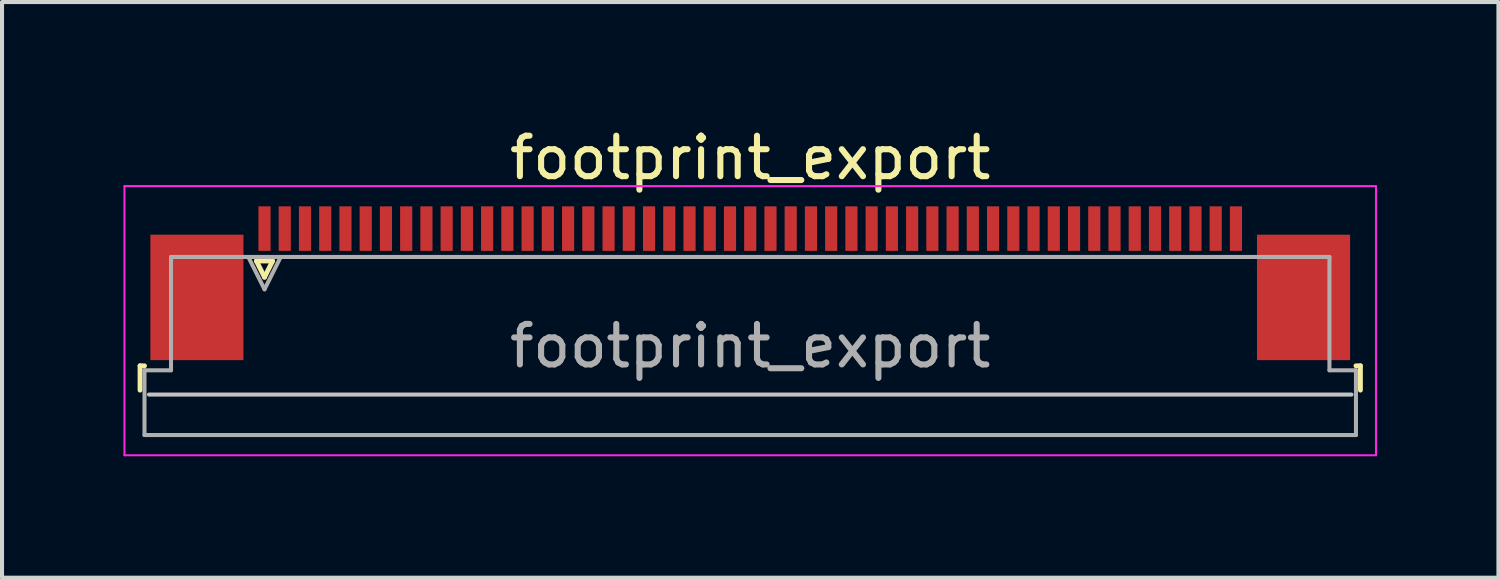
<source format=kicad_pcb>
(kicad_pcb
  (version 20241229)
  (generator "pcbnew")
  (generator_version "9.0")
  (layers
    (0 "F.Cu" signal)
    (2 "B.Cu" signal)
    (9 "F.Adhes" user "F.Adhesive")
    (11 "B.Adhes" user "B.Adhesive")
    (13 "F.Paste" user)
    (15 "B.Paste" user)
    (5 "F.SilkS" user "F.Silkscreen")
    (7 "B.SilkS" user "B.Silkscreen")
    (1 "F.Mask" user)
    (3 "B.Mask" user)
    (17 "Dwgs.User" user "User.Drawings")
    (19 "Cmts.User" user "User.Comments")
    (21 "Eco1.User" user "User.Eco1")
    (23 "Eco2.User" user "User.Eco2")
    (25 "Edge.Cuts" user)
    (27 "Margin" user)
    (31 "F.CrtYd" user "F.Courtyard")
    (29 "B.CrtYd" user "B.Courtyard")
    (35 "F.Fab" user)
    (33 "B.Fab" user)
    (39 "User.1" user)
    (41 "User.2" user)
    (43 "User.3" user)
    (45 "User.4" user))
  (footprint "footprint_export"
    (layer "F.Cu")
    (at 15.485 3.948)
    (property "Reference" "footprint_export" (at 0 -3.1 0) (layer "F.SilkS") (effects (font (size 1 1) (thickness 0.15))))
    (attr smd)
    (fp_line (start -15.075 2.04) (end -15.075 2.64) (stroke (width 0.12) (type solid)) (layer "F.SilkS"))
    (fp_line (start -14.965 2.04) (end -15.075 2.04) (stroke (width 0.12) (type solid)) (layer "F.SilkS"))
    (fp_line (start -12.2 -0.55) (end -12 -0.15) (stroke (width 0.12) (type solid)) (layer "F.SilkS"))
    (fp_line (start -12 -0.15) (end -11.8 -0.55) (stroke (width 0.12) (type solid)) (layer "F.SilkS"))
    (fp_line (start -11.8 -0.55) (end -12.2 -0.55) (stroke (width 0.12) (type solid)) (layer "F.SilkS"))
    (fp_line (start 14.965 2.04) (end 15.075 2.04) (stroke (width 0.12) (type solid)) (layer "F.SilkS"))
    (fp_line (start 15.075 2.04) (end 15.075 2.64) (stroke (width 0.12) (type solid)) (layer "F.SilkS"))
    (fp_line (start 14.855 2.75) (end -14.855 2.75) (stroke (width 0.1) (type solid)) (layer "Dwgs.User"))
    (fp_line (start -15.46 -2.4) (end -15.46 4.25) (stroke (width 0.05) (type solid)) (layer "F.CrtYd"))
    (fp_line (start -15.46 4.25) (end 15.46 4.25) (stroke (width 0.05) (type solid)) (layer "F.CrtYd"))
    (fp_line (start 15.46 -2.4) (end -15.46 -2.4) (stroke (width 0.05) (type solid)) (layer "F.CrtYd"))
    (fp_line (start 15.46 4.25) (end 15.46 -2.4) (stroke (width 0.05) (type solid)) (layer "F.CrtYd"))
    (fp_line (start -14.965 2.15) (end -14.31 2.15) (stroke (width 0.1) (type solid)) (layer "F.Fab"))
    (fp_line (start -14.965 3.75) (end -14.965 2.15) (stroke (width 0.1) (type solid)) (layer "F.Fab"))
    (fp_line (start -14.31 -0.65) (end 14.31 -0.65) (stroke (width 0.1) (type solid)) (layer "F.Fab"))
    (fp_line (start -14.31 2.15) (end -14.31 -0.65) (stroke (width 0.1) (type solid)) (layer "F.Fab"))
    (fp_line (start -12.4 -0.65) (end -12 0.15) (stroke (width 0.1) (type solid)) (layer "F.Fab"))
    (fp_line (start -12 0.15) (end -11.6 -0.65) (stroke (width 0.1) (type solid)) (layer "F.Fab"))
    (fp_line (start 14.31 -0.65) (end 14.31 2.15) (stroke (width 0.1) (type solid)) (layer "F.Fab"))
    (fp_line (start 14.31 2.15) (end 14.965 2.15) (stroke (width 0.1) (type solid)) (layer "F.Fab"))
    (fp_line (start 14.965 2.15) (end 14.965 3.75) (stroke (width 0.1) (type solid)) (layer "F.Fab"))
    (fp_line (start 14.965 3.75) (end -14.965 3.75) (stroke (width 0.1) (type solid)) (layer "F.Fab"))
    (fp_text user "${REFERENCE}" (at 0 1.55 0) (layer "F.Fab") (effects (font (size 1 1) (thickness 0.15))))
    (pad "1" smd rect (at -12 -1.35) (size 0.3 1.1) (layers "F.Cu" "F.Mask" "F.Paste"))
    (pad "2" smd rect (at -11.5 -1.35) (size 0.3 1.1) (layers "F.Cu" "F.Mask" "F.Paste"))
    (pad "3" smd rect (at -11 -1.35) (size 0.3 1.1) (layers "F.Cu" "F.Mask" "F.Paste"))
    (pad "4" smd rect (at -10.5 -1.35) (size 0.3 1.1) (layers "F.Cu" "F.Mask" "F.Paste"))
    (pad "5" smd rect (at -10 -1.35) (size 0.3 1.1) (layers "F.Cu" "F.Mask" "F.Paste"))
    (pad "6" smd rect (at -9.5 -1.35) (size 0.3 1.1) (layers "F.Cu" "F.Mask" "F.Paste"))
    (pad "7" smd rect (at -9 -1.35) (size 0.3 1.1) (layers "F.Cu" "F.Mask" "F.Paste"))
    (pad "8" smd rect (at -8.5 -1.35) (size 0.3 1.1) (layers "F.Cu" "F.Mask" "F.Paste"))
    (pad "9" smd rect (at -8 -1.35) (size 0.3 1.1) (layers "F.Cu" "F.Mask" "F.Paste"))
    (pad "10" smd rect (at -7.5 -1.35) (size 0.3 1.1) (layers "F.Cu" "F.Mask" "F.Paste"))
    (pad "11" smd rect (at -7 -1.35) (size 0.3 1.1) (layers "F.Cu" "F.Mask" "F.Paste"))
    (pad "12" smd rect (at -6.5 -1.35) (size 0.3 1.1) (layers "F.Cu" "F.Mask" "F.Paste"))
    (pad "13" smd rect (at -6 -1.35) (size 0.3 1.1) (layers "F.Cu" "F.Mask" "F.Paste"))
    (pad "14" smd rect (at -5.5 -1.35) (size 0.3 1.1) (layers "F.Cu" "F.Mask" "F.Paste"))
    (pad "15" smd rect (at -5 -1.35) (size 0.3 1.1) (layers "F.Cu" "F.Mask" "F.Paste"))
    (pad "16" smd rect (at -4.5 -1.35) (size 0.3 1.1) (layers "F.Cu" "F.Mask" "F.Paste"))
    (pad "17" smd rect (at -4 -1.35) (size 0.3 1.1) (layers "F.Cu" "F.Mask" "F.Paste"))
    (pad "18" smd rect (at -3.5 -1.35) (size 0.3 1.1) (layers "F.Cu" "F.Mask" "F.Paste"))
    (pad "19" smd rect (at -3 -1.35) (size 0.3 1.1) (layers "F.Cu" "F.Mask" "F.Paste"))
    (pad "20" smd rect (at -2.5 -1.35) (size 0.3 1.1) (layers "F.Cu" "F.Mask" "F.Paste"))
    (pad "21" smd rect (at -2 -1.35) (size 0.3 1.1) (layers "F.Cu" "F.Mask" "F.Paste"))
    (pad "22" smd rect (at -1.5 -1.35) (size 0.3 1.1) (layers "F.Cu" "F.Mask" "F.Paste"))
    (pad "23" smd rect (at -1 -1.35) (size 0.3 1.1) (layers "F.Cu" "F.Mask" "F.Paste"))
    (pad "24" smd rect (at -0.5 -1.35) (size 0.3 1.1) (layers "F.Cu" "F.Mask" "F.Paste"))
    (pad "25" smd rect (at 0 -1.35) (size 0.3 1.1) (layers "F.Cu" "F.Mask" "F.Paste"))
    (pad "26" smd rect (at 0.5 -1.35) (size 0.3 1.1) (layers "F.Cu" "F.Mask" "F.Paste"))
    (pad "27" smd rect (at 1 -1.35) (size 0.3 1.1) (layers "F.Cu" "F.Mask" "F.Paste"))
    (pad "28" smd rect (at 1.5 -1.35) (size 0.3 1.1) (layers "F.Cu" "F.Mask" "F.Paste"))
    (pad "29" smd rect (at 2 -1.35) (size 0.3 1.1) (layers "F.Cu" "F.Mask" "F.Paste"))
    (pad "30" smd rect (at 2.5 -1.35) (size 0.3 1.1) (layers "F.Cu" "F.Mask" "F.Paste"))
    (pad "31" smd rect (at 3 -1.35) (size 0.3 1.1) (layers "F.Cu" "F.Mask" "F.Paste"))
    (pad "32" smd rect (at 3.5 -1.35) (size 0.3 1.1) (layers "F.Cu" "F.Mask" "F.Paste"))
    (pad "33" smd rect (at 4 -1.35) (size 0.3 1.1) (layers "F.Cu" "F.Mask" "F.Paste"))
    (pad "34" smd rect (at 4.5 -1.35) (size 0.3 1.1) (layers "F.Cu" "F.Mask" "F.Paste"))
    (pad "35" smd rect (at 5 -1.35) (size 0.3 1.1) (layers "F.Cu" "F.Mask" "F.Paste"))
    (pad "36" smd rect (at 5.5 -1.35) (size 0.3 1.1) (layers "F.Cu" "F.Mask" "F.Paste"))
    (pad "37" smd rect (at 6 -1.35) (size 0.3 1.1) (layers "F.Cu" "F.Mask" "F.Paste"))
    (pad "38" smd rect (at 6.5 -1.35) (size 0.3 1.1) (layers "F.Cu" "F.Mask" "F.Paste"))
    (pad "39" smd rect (at 7 -1.35) (size 0.3 1.1) (layers "F.Cu" "F.Mask" "F.Paste"))
    (pad "40" smd rect (at 7.5 -1.35) (size 0.3 1.1) (layers "F.Cu" "F.Mask" "F.Paste"))
    (pad "41" smd rect (at 8 -1.35) (size 0.3 1.1) (layers "F.Cu" "F.Mask" "F.Paste"))
    (pad "42" smd rect (at 8.5 -1.35) (size 0.3 1.1) (layers "F.Cu" "F.Mask" "F.Paste"))
    (pad "43" smd rect (at 9 -1.35) (size 0.3 1.1) (layers "F.Cu" "F.Mask" "F.Paste"))
    (pad "44" smd rect (at 9.5 -1.35) (size 0.3 1.1) (layers "F.Cu" "F.Mask" "F.Paste"))
    (pad "45" smd rect (at 10 -1.35) (size 0.3 1.1) (layers "F.Cu" "F.Mask" "F.Paste"))
    (pad "46" smd rect (at 10.5 -1.35) (size 0.3 1.1) (layers "F.Cu" "F.Mask" "F.Paste"))
    (pad "47" smd rect (at 11 -1.35) (size 0.3 1.1) (layers "F.Cu" "F.Mask" "F.Paste"))
    (pad "48" smd rect (at 11.5 -1.35) (size 0.3 1.1) (layers "F.Cu" "F.Mask" "F.Paste"))
    (pad "49" smd rect (at 12 -1.35) (size 0.3 1.1) (layers "F.Cu" "F.Mask" "F.Paste"))
    (pad "MP" smd rect (at -13.67 0.35) (size 2.3 3.1) (layers "F.Cu" "F.Mask" "F.Paste"))
    (pad "MP" smd rect (at 13.67 0.35) (size 2.3 3.1) (layers "F.Cu" "F.Mask" "F.Paste")))
  (gr_rect
    (start -3 -3)
    (end 33.97 11.223)
    (stroke (width 0.1) (type default))
    (fill no)
    (layer "Edge.Cuts")))
</source>
